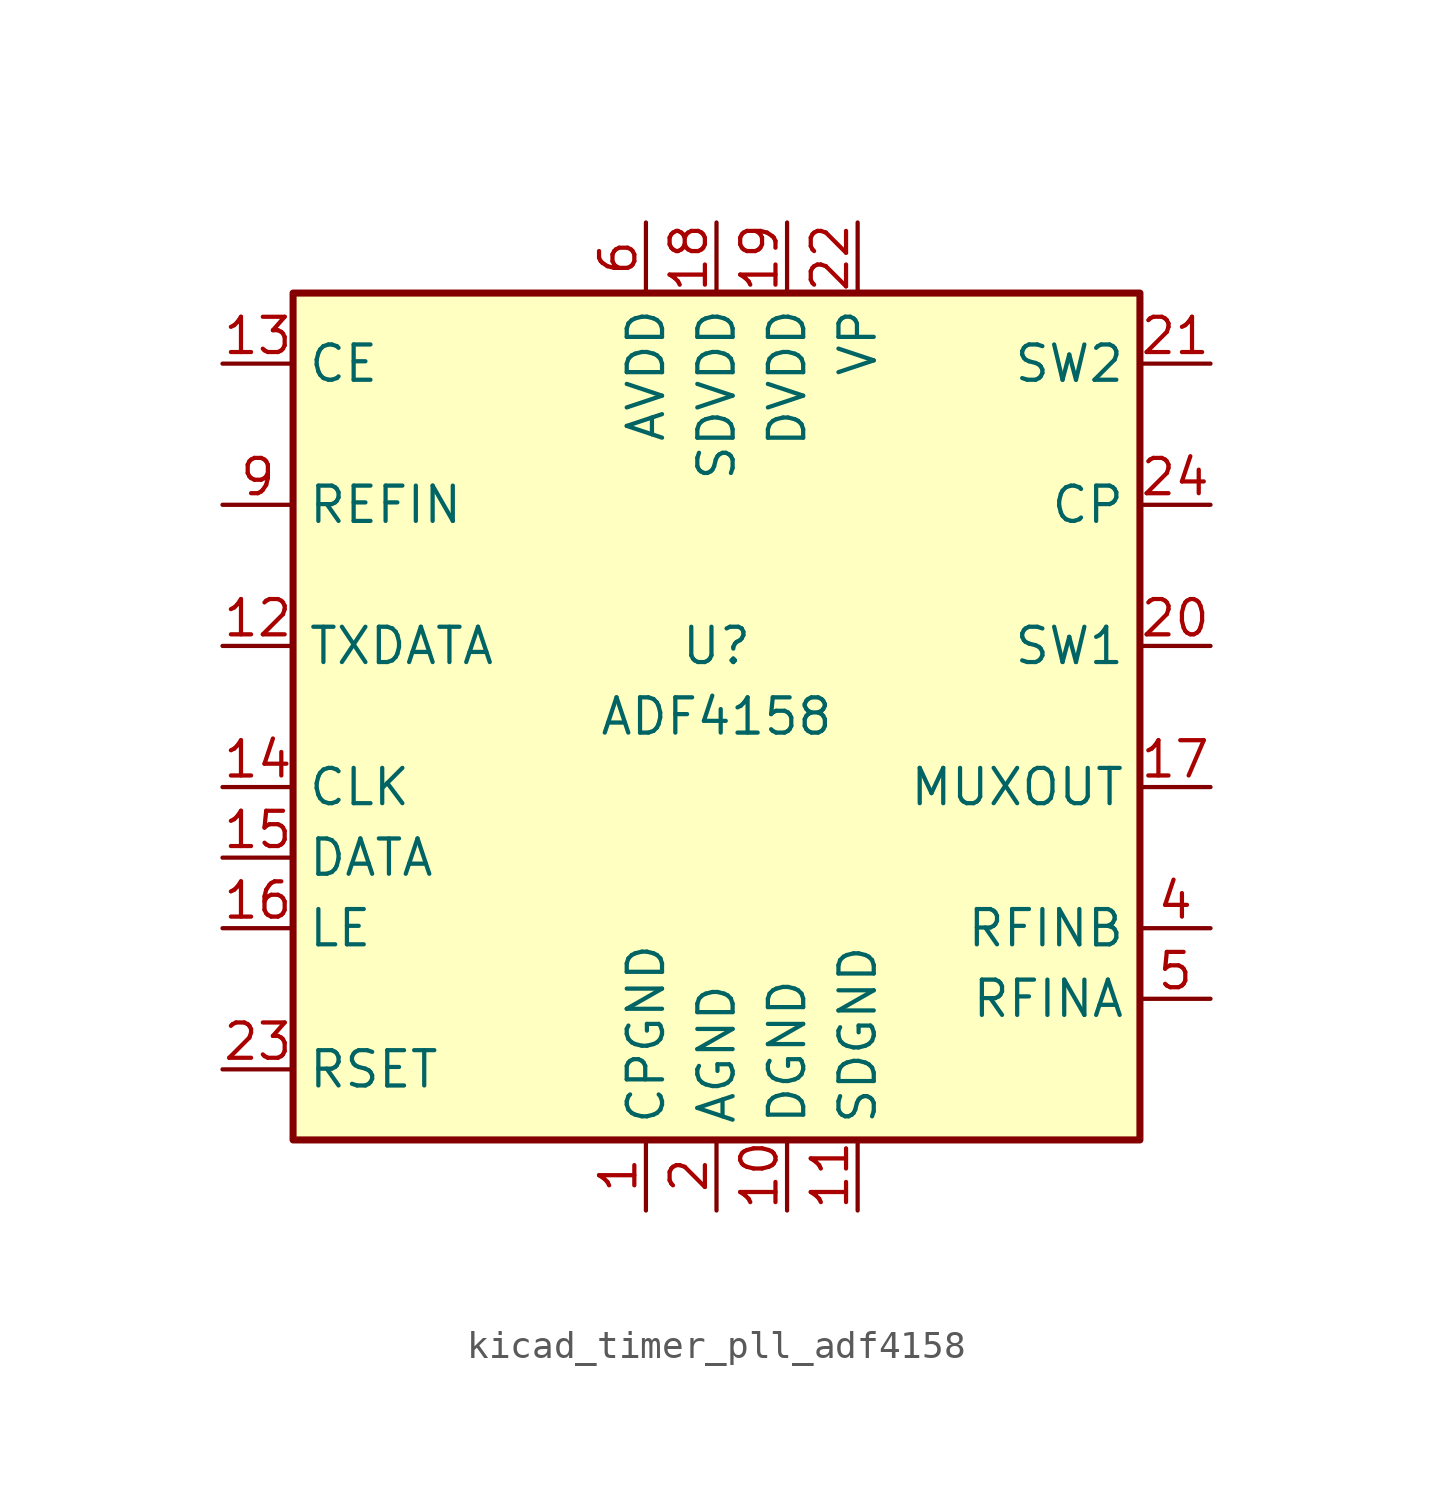
<source format=kicad_sym>
(kicad_symbol_lib
  (version 20220914)
  (generator kicad_symbol_editor)
  (symbol "kicad_timer_pll_adf4158"
    (property "Reference" "U"
      (at 0 2.54 0)
      (effects (font (size 1.27 1.27))))
    (property "Value" "ADF4158"
      (at 0 0 0)
      (effects (font (size 1.27 1.27))))
    (symbol "kicad_timer_pll_adf4158_0_1"
      (rectangle (start -15.24 15.24) (end 15.24 -15.24) (stroke (width 0.254) (type default)) (fill (type background))))
    (symbol "kicad_timer_pll_adf4158_1_1"
      (pin power_in line (at -2.54 -17.78 90) (length 2.54) (name "CPGND" (effects (font (size 1.27 1.27)))) (number "1" (effects (font (size 1.27 1.27)))))
      (pin power_in line (at 2.54 -17.78 90) (length 2.54) (name "DGND" (effects (font (size 1.27 1.27)))) (number "10" (effects (font (size 1.27 1.27)))))
      (pin power_in line (at 5.08 -17.78 90) (length 2.54) (name "SDGND" (effects (font (size 1.27 1.27)))) (number "11" (effects (font (size 1.27 1.27)))))
      (pin input line (at -17.78 2.54 0) (length 2.54) (name "TXDATA" (effects (font (size 1.27 1.27)))) (number "12" (effects (font (size 1.27 1.27)))))
      (pin input line (at -17.78 12.7 0) (length 2.54) (name "CE" (effects (font (size 1.27 1.27)))) (number "13" (effects (font (size 1.27 1.27)))))
      (pin input line (at -17.78 -2.54 0) (length 2.54) (name "CLK" (effects (font (size 1.27 1.27)))) (number "14" (effects (font (size 1.27 1.27)))))
      (pin input line (at -17.78 -5.08 0) (length 2.54) (name "DATA" (effects (font (size 1.27 1.27)))) (number "15" (effects (font (size 1.27 1.27)))))
      (pin input line (at -17.78 -7.62 0) (length 2.54) (name "LE" (effects (font (size 1.27 1.27)))) (number "16" (effects (font (size 1.27 1.27)))))
      (pin output line (at 17.78 -2.54 180) (length 2.54) (name "MUXOUT" (effects (font (size 1.27 1.27)))) (number "17" (effects (font (size 1.27 1.27)))))
      (pin power_in line (at 0 17.78 270) (length 2.54) (name "SDVDD" (effects (font (size 1.27 1.27)))) (number "18" (effects (font (size 1.27 1.27)))))
      (pin power_in line (at 2.54 17.78 270) (length 2.54) (name "DVDD" (effects (font (size 1.27 1.27)))) (number "19" (effects (font (size 1.27 1.27)))))
      (pin power_in line (at 0 -17.78 90) (length 2.54) (name "AGND" (effects (font (size 1.27 1.27)))) (number "2" (effects (font (size 1.27 1.27)))))
      (pin passive line (at 17.78 2.54 180) (length 2.54) (name "SW1" (effects (font (size 1.27 1.27)))) (number "20" (effects (font (size 1.27 1.27)))))
      (pin passive line (at 17.78 12.7 180) (length 2.54) (name "SW2" (effects (font (size 1.27 1.27)))) (number "21" (effects (font (size 1.27 1.27)))))
      (pin power_in line (at 5.08 17.78 270) (length 2.54) (name "VP" (effects (font (size 1.27 1.27)))) (number "22" (effects (font (size 1.27 1.27)))))
      (pin passive line (at -17.78 -12.7 0) (length 2.54) (name "RSET" (effects (font (size 1.27 1.27)))) (number "23" (effects (font (size 1.27 1.27)))))
      (pin output line (at 17.78 7.62 180) (length 2.54) (name "CP" (effects (font (size 1.27 1.27)))) (number "24" (effects (font (size 1.27 1.27)))))
      (pin passive line (at 0 -17.78 90) (length 2.54) hide (name "AGND" (effects (font (size 1.27 1.27)))) (number "25" (effects (font (size 1.27 1.27)))))
      (pin passive line (at 0 -17.78 90) (length 2.54) hide (name "AGND" (effects (font (size 1.27 1.27)))) (number "3" (effects (font (size 1.27 1.27)))))
      (pin input line (at 17.78 -7.62 180) (length 2.54) (name "RFINB" (effects (font (size 1.27 1.27)))) (number "4" (effects (font (size 1.27 1.27)))))
      (pin input line (at 17.78 -10.16 180) (length 2.54) (name "RFINA" (effects (font (size 1.27 1.27)))) (number "5" (effects (font (size 1.27 1.27)))))
      (pin power_in line (at -2.54 17.78 270) (length 2.54) (name "AVDD" (effects (font (size 1.27 1.27)))) (number "6" (effects (font (size 1.27 1.27)))))
      (pin passive line (at -2.54 17.78 270) (length 2.54) hide (name "AVDD" (effects (font (size 1.27 1.27)))) (number "7" (effects (font (size 1.27 1.27)))))
      (pin passive line (at -2.54 17.78 270) (length 2.54) hide (name "AVDD" (effects (font (size 1.27 1.27)))) (number "8" (effects (font (size 1.27 1.27)))))
      (pin input line (at -17.78 7.62 0) (length 2.54) (name "REFIN" (effects (font (size 1.27 1.27)))) (number "9" (effects (font (size 1.27 1.27))))))))
</source>
